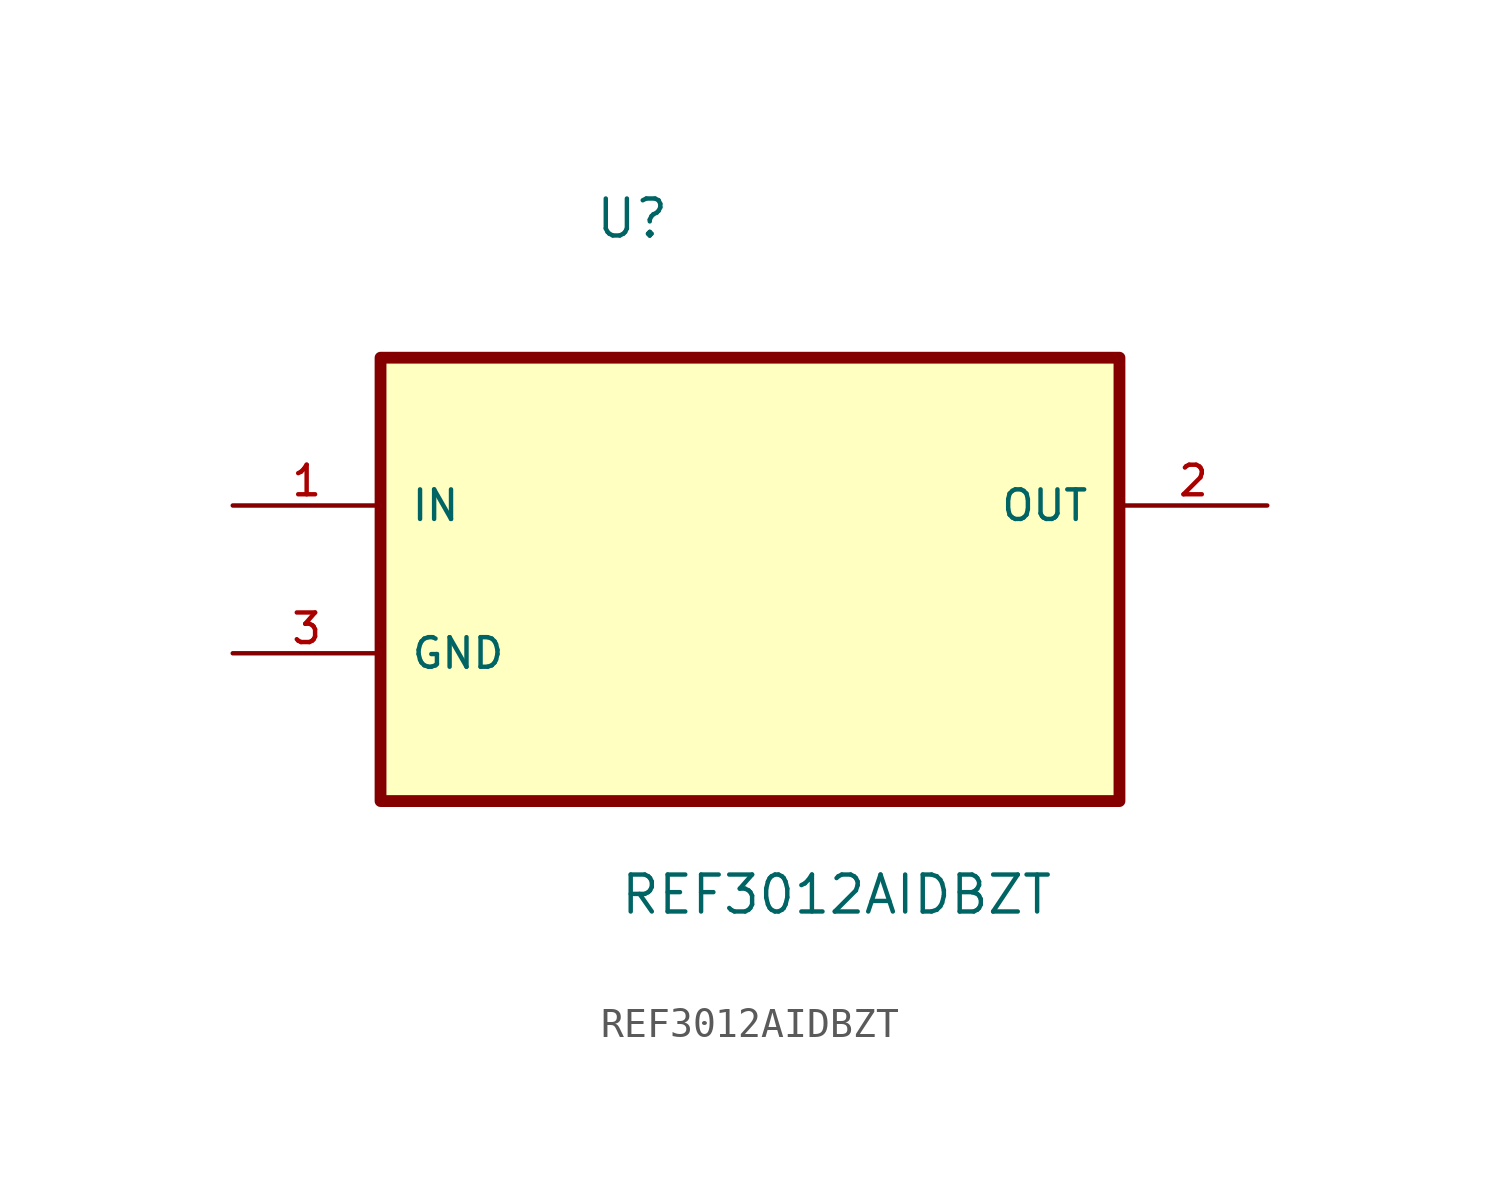
<source format=kicad_sym>
(kicad_symbol_lib
  (version 20211014)
  (generator kicad_symbol_editor)
  (symbol "REF3012AIDBZT"
    (pin_names
      (offset 1.016))
    (property "Reference" "U"
      (at -5.36 9.119 0.0)
      (effects (font (size 1.27 1.27)) (justify bottom left)))
    (property "Value" "REF3012AIDBZT"
      (at -4.503 -14.119 0.0)
      (effects (font (size 1.27 1.27)) (justify bottom left)))
    (symbol "REF3012AIDBZT_0_0"
      (rectangle (start -12.7 -10.16) (end 12.7 5.08) (stroke (width 0.406)) (fill (type background)))
      (pin power_in line (at -17.78 0.0 0) (length 5.08) (name "IN" (effects (font (size 1.016 1.016)))) (number "1" (effects (font (size 1.016 1.016)))))
      (pin passive line (at -17.78 -5.08 0) (length 5.08) (name "GND" (effects (font (size 1.016 1.016)))) (number "3" (effects (font (size 1.016 1.016)))))
      (pin output line (at 17.78 0.0 180.0) (length 5.08) (name "OUT" (effects (font (size 1.016 1.016)))) (number "2" (effects (font (size 1.016 1.016))))))))
</source>
